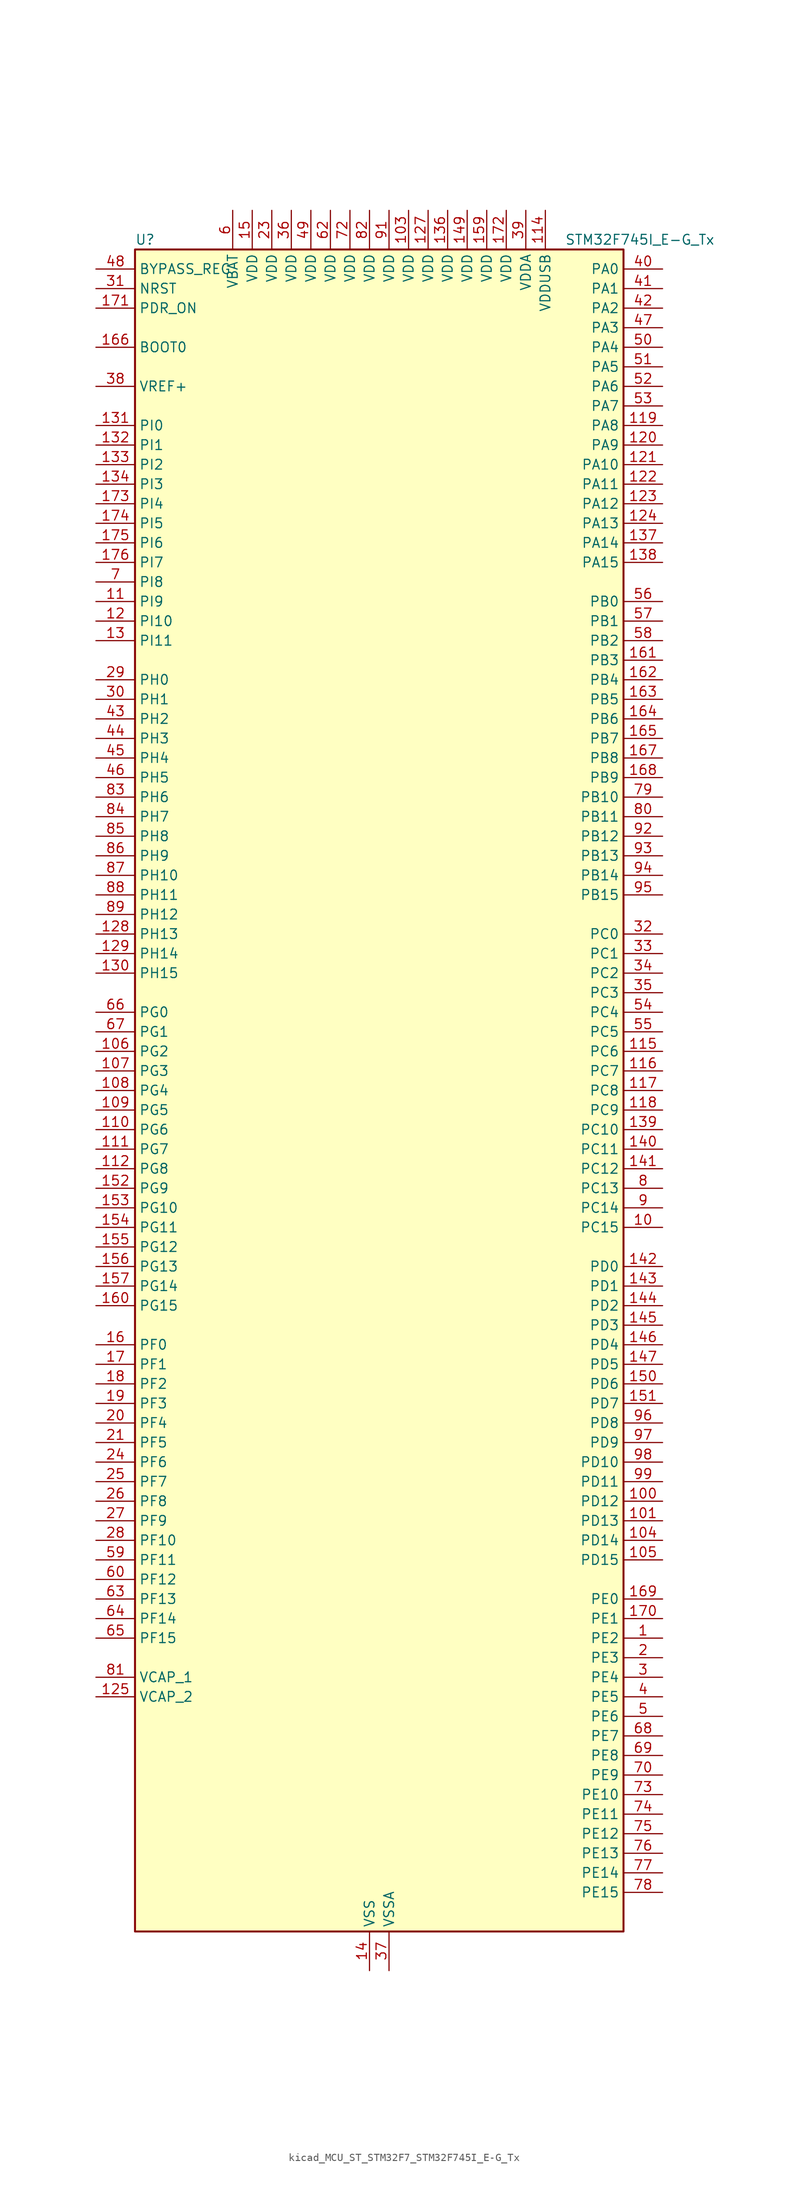
<source format=kicad_sym>
(kicad_symbol_lib
  (version 20220914)
  (generator kicad_symbol_editor)
  (symbol "kicad_MCU_ST_STM32F7_STM32F745I_E-G_Tx"
    (property "Reference" "U"
      (at -30.48 110.49 0)
      (effects (font (size 1.27 1.27)) (justify left)))
    (property "Value" "STM32F745I_E-G_Tx"
      (at 25.4 110.49 0)
      (effects (font (size 1.27 1.27)) (justify left)))
    (property "ki_locked" ""
      (at 0 0 0)
      (effects (font (size 1.27 1.27))))
    (symbol "kicad_MCU_ST_STM32F7_STM32F745I_E-G_Tx_0_1"
      (rectangle (start -30.48 -109.22) (end 33.02 109.22) (stroke (width 0.254) (type default)) (fill (type background))))
    (symbol "kicad_MCU_ST_STM32F7_STM32F745I_E-G_Tx_1_1"
      (pin bidirectional line (at 38.1 -71.12 180) (length 5.08) (name "PE2" (effects (font (size 1.27 1.27)))) (number "1" (effects (font (size 1.27 1.27)))) (alternate "ETH_TXD3" bidirectional line) (alternate "FMC_A23" bidirectional line) (alternate "QUADSPI_BK1_IO2" bidirectional line) (alternate "SAI1_MCLK_A" bidirectional line) (alternate "SPI4_SCK" bidirectional line) (alternate "SYS_TRACECLK" bidirectional line))
      (pin bidirectional line (at 38.1 -17.78 180) (length 5.08) (name "PC15" (effects (font (size 1.27 1.27)))) (number "10" (effects (font (size 1.27 1.27)))) (alternate "RCC_OSC32_OUT" bidirectional line))
      (pin bidirectional line (at 38.1 -53.34 180) (length 5.08) (name "PD12" (effects (font (size 1.27 1.27)))) (number "100" (effects (font (size 1.27 1.27)))) (alternate "FMC_A17" bidirectional line) (alternate "FMC_ALE" bidirectional line) (alternate "I2C4_SCL" bidirectional line) (alternate "LPTIM1_IN1" bidirectional line) (alternate "QUADSPI_BK1_IO1" bidirectional line) (alternate "SAI2_FS_A" bidirectional line) (alternate "TIM4_CH1" bidirectional line) (alternate "USART3_DE" bidirectional line) (alternate "USART3_RTS" bidirectional line))
      (pin bidirectional line (at 38.1 -55.88 180) (length 5.08) (name "PD13" (effects (font (size 1.27 1.27)))) (number "101" (effects (font (size 1.27 1.27)))) (alternate "FMC_A18" bidirectional line) (alternate "I2C4_SDA" bidirectional line) (alternate "LPTIM1_OUT" bidirectional line) (alternate "QUADSPI_BK1_IO3" bidirectional line) (alternate "SAI2_SCK_A" bidirectional line) (alternate "TIM4_CH2" bidirectional line))
      (pin passive line (at 0 -114.3 90) (length 5.08) hide (name "VSS" (effects (font (size 1.27 1.27)))) (number "102" (effects (font (size 1.27 1.27)))))
      (pin power_in line (at 5.08 114.3 270) (length 5.08) (name "VDD" (effects (font (size 1.27 1.27)))) (number "103" (effects (font (size 1.27 1.27)))))
      (pin bidirectional line (at 38.1 -58.42 180) (length 5.08) (name "PD14" (effects (font (size 1.27 1.27)))) (number "104" (effects (font (size 1.27 1.27)))) (alternate "FMC_D0" bidirectional line) (alternate "FMC_DA0" bidirectional line) (alternate "TIM4_CH3" bidirectional line) (alternate "UART8_CTS" bidirectional line))
      (pin bidirectional line (at 38.1 -60.96 180) (length 5.08) (name "PD15" (effects (font (size 1.27 1.27)))) (number "105" (effects (font (size 1.27 1.27)))) (alternate "FMC_D1" bidirectional line) (alternate "FMC_DA1" bidirectional line) (alternate "TIM4_CH4" bidirectional line) (alternate "UART8_DE" bidirectional line) (alternate "UART8_RTS" bidirectional line))
      (pin bidirectional line (at -35.56 5.08 0) (length 5.08) (name "PG2" (effects (font (size 1.27 1.27)))) (number "106" (effects (font (size 1.27 1.27)))) (alternate "FMC_A12" bidirectional line))
      (pin bidirectional line (at -35.56 2.54 0) (length 5.08) (name "PG3" (effects (font (size 1.27 1.27)))) (number "107" (effects (font (size 1.27 1.27)))) (alternate "FMC_A13" bidirectional line))
      (pin bidirectional line (at -35.56 0 0) (length 5.08) (name "PG4" (effects (font (size 1.27 1.27)))) (number "108" (effects (font (size 1.27 1.27)))) (alternate "FMC_A14" bidirectional line) (alternate "FMC_BA0" bidirectional line))
      (pin bidirectional line (at -35.56 -2.54 0) (length 5.08) (name "PG5" (effects (font (size 1.27 1.27)))) (number "109" (effects (font (size 1.27 1.27)))) (alternate "FMC_A15" bidirectional line) (alternate "FMC_BA1" bidirectional line))
      (pin bidirectional line (at -35.56 63.5 0) (length 5.08) (name "PI9" (effects (font (size 1.27 1.27)))) (number "11" (effects (font (size 1.27 1.27)))) (alternate "CAN1_RX" bidirectional line) (alternate "DAC_EXTI9" bidirectional line) (alternate "FMC_D30" bidirectional line))
      (pin bidirectional line (at -35.56 -5.08 0) (length 5.08) (name "PG6" (effects (font (size 1.27 1.27)))) (number "110" (effects (font (size 1.27 1.27)))) (alternate "DCMI_D12" bidirectional line))
      (pin bidirectional line (at -35.56 -7.62 0) (length 5.08) (name "PG7" (effects (font (size 1.27 1.27)))) (number "111" (effects (font (size 1.27 1.27)))) (alternate "DCMI_D13" bidirectional line) (alternate "FMC_INT" bidirectional line) (alternate "USART6_CK" bidirectional line))
      (pin bidirectional line (at -35.56 -10.16 0) (length 5.08) (name "PG8" (effects (font (size 1.27 1.27)))) (number "112" (effects (font (size 1.27 1.27)))) (alternate "ETH_PPS_OUT" bidirectional line) (alternate "FMC_SDCLK" bidirectional line) (alternate "SPDIFRX_IN2" bidirectional line) (alternate "SPI6_NSS" bidirectional line) (alternate "USART6_DE" bidirectional line) (alternate "USART6_RTS" bidirectional line))
      (pin passive line (at 0 -114.3 90) (length 5.08) hide (name "VSS" (effects (font (size 1.27 1.27)))) (number "113" (effects (font (size 1.27 1.27)))))
      (pin power_in line (at 22.86 114.3 270) (length 5.08) (name "VDDUSB" (effects (font (size 1.27 1.27)))) (number "114" (effects (font (size 1.27 1.27)))))
      (pin bidirectional line (at 38.1 5.08 180) (length 5.08) (name "PC6" (effects (font (size 1.27 1.27)))) (number "115" (effects (font (size 1.27 1.27)))) (alternate "DCMI_D0" bidirectional line) (alternate "I2S2_MCK" bidirectional line) (alternate "SDMMC1_D6" bidirectional line) (alternate "TIM3_CH1" bidirectional line) (alternate "TIM8_CH1" bidirectional line) (alternate "USART6_TX" bidirectional line))
      (pin bidirectional line (at 38.1 2.54 180) (length 5.08) (name "PC7" (effects (font (size 1.27 1.27)))) (number "116" (effects (font (size 1.27 1.27)))) (alternate "DCMI_D1" bidirectional line) (alternate "I2S3_MCK" bidirectional line) (alternate "SDMMC1_D7" bidirectional line) (alternate "TIM3_CH2" bidirectional line) (alternate "TIM8_CH2" bidirectional line) (alternate "USART6_RX" bidirectional line))
      (pin bidirectional line (at 38.1 0 180) (length 5.08) (name "PC8" (effects (font (size 1.27 1.27)))) (number "117" (effects (font (size 1.27 1.27)))) (alternate "DCMI_D2" bidirectional line) (alternate "SDMMC1_D0" bidirectional line) (alternate "SYS_TRACED1" bidirectional line) (alternate "TIM3_CH3" bidirectional line) (alternate "TIM8_CH3" bidirectional line) (alternate "UART5_DE" bidirectional line) (alternate "UART5_RTS" bidirectional line) (alternate "USART6_CK" bidirectional line))
      (pin bidirectional line (at 38.1 -2.54 180) (length 5.08) (name "PC9" (effects (font (size 1.27 1.27)))) (number "118" (effects (font (size 1.27 1.27)))) (alternate "DAC_EXTI9" bidirectional line) (alternate "DCMI_D3" bidirectional line) (alternate "I2C3_SDA" bidirectional line) (alternate "I2S_CKIN" bidirectional line) (alternate "QUADSPI_BK1_IO0" bidirectional line) (alternate "RCC_MCO_2" bidirectional line) (alternate "SDMMC1_D1" bidirectional line) (alternate "TIM3_CH4" bidirectional line) (alternate "TIM8_CH4" bidirectional line) (alternate "UART5_CTS" bidirectional line))
      (pin bidirectional line (at 38.1 86.36 180) (length 5.08) (name "PA8" (effects (font (size 1.27 1.27)))) (number "119" (effects (font (size 1.27 1.27)))) (alternate "I2C3_SCL" bidirectional line) (alternate "RCC_MCO_1" bidirectional line) (alternate "TIM1_CH1" bidirectional line) (alternate "TIM8_BKIN2" bidirectional line) (alternate "USART1_CK" bidirectional line) (alternate "USB_OTG_FS_SOF" bidirectional line))
      (pin bidirectional line (at -35.56 60.96 0) (length 5.08) (name "PI10" (effects (font (size 1.27 1.27)))) (number "12" (effects (font (size 1.27 1.27)))) (alternate "ETH_RX_ER" bidirectional line) (alternate "FMC_D31" bidirectional line))
      (pin bidirectional line (at 38.1 83.82 180) (length 5.08) (name "PA9" (effects (font (size 1.27 1.27)))) (number "120" (effects (font (size 1.27 1.27)))) (alternate "DAC_EXTI9" bidirectional line) (alternate "DCMI_D0" bidirectional line) (alternate "I2C3_SMBA" bidirectional line) (alternate "I2S2_CK" bidirectional line) (alternate "SPI2_SCK" bidirectional line) (alternate "TIM1_CH2" bidirectional line) (alternate "USART1_TX" bidirectional line) (alternate "USB_OTG_FS_VBUS" bidirectional line))
      (pin bidirectional line (at 38.1 81.28 180) (length 5.08) (name "PA10" (effects (font (size 1.27 1.27)))) (number "121" (effects (font (size 1.27 1.27)))) (alternate "DCMI_D1" bidirectional line) (alternate "TIM1_CH3" bidirectional line) (alternate "USART1_RX" bidirectional line) (alternate "USB_OTG_FS_ID" bidirectional line))
      (pin bidirectional line (at 38.1 78.74 180) (length 5.08) (name "PA11" (effects (font (size 1.27 1.27)))) (number "122" (effects (font (size 1.27 1.27)))) (alternate "ADC1_EXTI11" bidirectional line) (alternate "ADC2_EXTI11" bidirectional line) (alternate "ADC3_EXTI11" bidirectional line) (alternate "CAN1_RX" bidirectional line) (alternate "TIM1_CH4" bidirectional line) (alternate "USART1_CTS" bidirectional line) (alternate "USB_OTG_FS_DM" bidirectional line))
      (pin bidirectional line (at 38.1 76.2 180) (length 5.08) (name "PA12" (effects (font (size 1.27 1.27)))) (number "123" (effects (font (size 1.27 1.27)))) (alternate "CAN1_TX" bidirectional line) (alternate "SAI2_FS_B" bidirectional line) (alternate "TIM1_ETR" bidirectional line) (alternate "USART1_DE" bidirectional line) (alternate "USART1_RTS" bidirectional line) (alternate "USB_OTG_FS_DP" bidirectional line))
      (pin bidirectional line (at 38.1 73.66 180) (length 5.08) (name "PA13" (effects (font (size 1.27 1.27)))) (number "124" (effects (font (size 1.27 1.27)))) (alternate "SYS_JTMS-SWDIO" bidirectional line))
      (pin power_out line (at -35.56 -78.74 0) (length 5.08) (name "VCAP_2" (effects (font (size 1.27 1.27)))) (number "125" (effects (font (size 1.27 1.27)))))
      (pin passive line (at 0 -114.3 90) (length 5.08) hide (name "VSS" (effects (font (size 1.27 1.27)))) (number "126" (effects (font (size 1.27 1.27)))))
      (pin power_in line (at 7.62 114.3 270) (length 5.08) (name "VDD" (effects (font (size 1.27 1.27)))) (number "127" (effects (font (size 1.27 1.27)))))
      (pin bidirectional line (at -35.56 20.32 0) (length 5.08) (name "PH13" (effects (font (size 1.27 1.27)))) (number "128" (effects (font (size 1.27 1.27)))) (alternate "CAN1_TX" bidirectional line) (alternate "FMC_D21" bidirectional line) (alternate "TIM8_CH1N" bidirectional line))
      (pin bidirectional line (at -35.56 17.78 0) (length 5.08) (name "PH14" (effects (font (size 1.27 1.27)))) (number "129" (effects (font (size 1.27 1.27)))) (alternate "DCMI_D4" bidirectional line) (alternate "FMC_D22" bidirectional line) (alternate "TIM8_CH2N" bidirectional line))
      (pin bidirectional line (at -35.56 58.42 0) (length 5.08) (name "PI11" (effects (font (size 1.27 1.27)))) (number "13" (effects (font (size 1.27 1.27)))) (alternate "ADC1_EXTI11" bidirectional line) (alternate "ADC2_EXTI11" bidirectional line) (alternate "ADC3_EXTI11" bidirectional line) (alternate "SYS_WKUP6" bidirectional line) (alternate "USB_OTG_HS_ULPI_DIR" bidirectional line))
      (pin bidirectional line (at -35.56 15.24 0) (length 5.08) (name "PH15" (effects (font (size 1.27 1.27)))) (number "130" (effects (font (size 1.27 1.27)))) (alternate "DCMI_D11" bidirectional line) (alternate "FMC_D23" bidirectional line) (alternate "TIM8_CH3N" bidirectional line))
      (pin bidirectional line (at -35.56 86.36 0) (length 5.08) (name "PI0" (effects (font (size 1.27 1.27)))) (number "131" (effects (font (size 1.27 1.27)))) (alternate "DCMI_D13" bidirectional line) (alternate "FMC_D24" bidirectional line) (alternate "I2S2_WS" bidirectional line) (alternate "SPI2_NSS" bidirectional line) (alternate "TIM5_CH4" bidirectional line))
      (pin bidirectional line (at -35.56 83.82 0) (length 5.08) (name "PI1" (effects (font (size 1.27 1.27)))) (number "132" (effects (font (size 1.27 1.27)))) (alternate "DCMI_D8" bidirectional line) (alternate "FMC_D25" bidirectional line) (alternate "I2S2_CK" bidirectional line) (alternate "SPI2_SCK" bidirectional line) (alternate "TIM8_BKIN2" bidirectional line))
      (pin bidirectional line (at -35.56 81.28 0) (length 5.08) (name "PI2" (effects (font (size 1.27 1.27)))) (number "133" (effects (font (size 1.27 1.27)))) (alternate "DCMI_D9" bidirectional line) (alternate "FMC_D26" bidirectional line) (alternate "SPI2_MISO" bidirectional line) (alternate "TIM8_CH4" bidirectional line))
      (pin bidirectional line (at -35.56 78.74 0) (length 5.08) (name "PI3" (effects (font (size 1.27 1.27)))) (number "134" (effects (font (size 1.27 1.27)))) (alternate "DCMI_D10" bidirectional line) (alternate "FMC_D27" bidirectional line) (alternate "I2S2_SD" bidirectional line) (alternate "SPI2_MOSI" bidirectional line) (alternate "TIM8_ETR" bidirectional line))
      (pin passive line (at 0 -114.3 90) (length 5.08) hide (name "VSS" (effects (font (size 1.27 1.27)))) (number "135" (effects (font (size 1.27 1.27)))))
      (pin power_in line (at 10.16 114.3 270) (length 5.08) (name "VDD" (effects (font (size 1.27 1.27)))) (number "136" (effects (font (size 1.27 1.27)))))
      (pin bidirectional line (at 38.1 71.12 180) (length 5.08) (name "PA14" (effects (font (size 1.27 1.27)))) (number "137" (effects (font (size 1.27 1.27)))) (alternate "SYS_JTCK-SWCLK" bidirectional line))
      (pin bidirectional line (at 38.1 68.58 180) (length 5.08) (name "PA15" (effects (font (size 1.27 1.27)))) (number "138" (effects (font (size 1.27 1.27)))) (alternate "CEC" bidirectional line) (alternate "I2S1_WS" bidirectional line) (alternate "I2S3_WS" bidirectional line) (alternate "SPI1_NSS" bidirectional line) (alternate "SPI3_NSS" bidirectional line) (alternate "SYS_JTDI" bidirectional line) (alternate "TIM2_CH1" bidirectional line) (alternate "TIM2_ETR" bidirectional line) (alternate "UART4_DE" bidirectional line) (alternate "UART4_RTS" bidirectional line))
      (pin bidirectional line (at 38.1 -5.08 180) (length 5.08) (name "PC10" (effects (font (size 1.27 1.27)))) (number "139" (effects (font (size 1.27 1.27)))) (alternate "DCMI_D8" bidirectional line) (alternate "I2S3_CK" bidirectional line) (alternate "QUADSPI_BK1_IO1" bidirectional line) (alternate "SDMMC1_D2" bidirectional line) (alternate "SPI3_SCK" bidirectional line) (alternate "UART4_TX" bidirectional line) (alternate "USART3_TX" bidirectional line))
      (pin power_in line (at 0 -114.3 90) (length 5.08) (name "VSS" (effects (font (size 1.27 1.27)))) (number "14" (effects (font (size 1.27 1.27)))))
      (pin bidirectional line (at 38.1 -7.62 180) (length 5.08) (name "PC11" (effects (font (size 1.27 1.27)))) (number "140" (effects (font (size 1.27 1.27)))) (alternate "ADC1_EXTI11" bidirectional line) (alternate "ADC2_EXTI11" bidirectional line) (alternate "ADC3_EXTI11" bidirectional line) (alternate "DCMI_D4" bidirectional line) (alternate "QUADSPI_BK2_NCS" bidirectional line) (alternate "SDMMC1_D3" bidirectional line) (alternate "SPI3_MISO" bidirectional line) (alternate "UART4_RX" bidirectional line) (alternate "USART3_RX" bidirectional line))
      (pin bidirectional line (at 38.1 -10.16 180) (length 5.08) (name "PC12" (effects (font (size 1.27 1.27)))) (number "141" (effects (font (size 1.27 1.27)))) (alternate "DCMI_D9" bidirectional line) (alternate "I2S3_SD" bidirectional line) (alternate "SDMMC1_CK" bidirectional line) (alternate "SPI3_MOSI" bidirectional line) (alternate "SYS_TRACED3" bidirectional line) (alternate "UART5_TX" bidirectional line) (alternate "USART3_CK" bidirectional line))
      (pin bidirectional line (at 38.1 -22.86 180) (length 5.08) (name "PD0" (effects (font (size 1.27 1.27)))) (number "142" (effects (font (size 1.27 1.27)))) (alternate "CAN1_RX" bidirectional line) (alternate "FMC_D2" bidirectional line) (alternate "FMC_DA2" bidirectional line))
      (pin bidirectional line (at 38.1 -25.4 180) (length 5.08) (name "PD1" (effects (font (size 1.27 1.27)))) (number "143" (effects (font (size 1.27 1.27)))) (alternate "CAN1_TX" bidirectional line) (alternate "FMC_D3" bidirectional line) (alternate "FMC_DA3" bidirectional line))
      (pin bidirectional line (at 38.1 -27.94 180) (length 5.08) (name "PD2" (effects (font (size 1.27 1.27)))) (number "144" (effects (font (size 1.27 1.27)))) (alternate "DCMI_D11" bidirectional line) (alternate "SDMMC1_CMD" bidirectional line) (alternate "SYS_TRACED2" bidirectional line) (alternate "TIM3_ETR" bidirectional line) (alternate "UART5_RX" bidirectional line))
      (pin bidirectional line (at 38.1 -30.48 180) (length 5.08) (name "PD3" (effects (font (size 1.27 1.27)))) (number "145" (effects (font (size 1.27 1.27)))) (alternate "DCMI_D5" bidirectional line) (alternate "FMC_CLK" bidirectional line) (alternate "I2S2_CK" bidirectional line) (alternate "SPI2_SCK" bidirectional line) (alternate "USART2_CTS" bidirectional line))
      (pin bidirectional line (at 38.1 -33.02 180) (length 5.08) (name "PD4" (effects (font (size 1.27 1.27)))) (number "146" (effects (font (size 1.27 1.27)))) (alternate "FMC_NOE" bidirectional line) (alternate "USART2_DE" bidirectional line) (alternate "USART2_RTS" bidirectional line))
      (pin bidirectional line (at 38.1 -35.56 180) (length 5.08) (name "PD5" (effects (font (size 1.27 1.27)))) (number "147" (effects (font (size 1.27 1.27)))) (alternate "FMC_NWE" bidirectional line) (alternate "USART2_TX" bidirectional line))
      (pin passive line (at 0 -114.3 90) (length 5.08) hide (name "VSS" (effects (font (size 1.27 1.27)))) (number "148" (effects (font (size 1.27 1.27)))))
      (pin power_in line (at 12.7 114.3 270) (length 5.08) (name "VDD" (effects (font (size 1.27 1.27)))) (number "149" (effects (font (size 1.27 1.27)))))
      (pin power_in line (at -15.24 114.3 270) (length 5.08) (name "VDD" (effects (font (size 1.27 1.27)))) (number "15" (effects (font (size 1.27 1.27)))))
      (pin bidirectional line (at 38.1 -38.1 180) (length 5.08) (name "PD6" (effects (font (size 1.27 1.27)))) (number "150" (effects (font (size 1.27 1.27)))) (alternate "DCMI_D10" bidirectional line) (alternate "FMC_NWAIT" bidirectional line) (alternate "I2S3_SD" bidirectional line) (alternate "SAI1_SD_A" bidirectional line) (alternate "SPI3_MOSI" bidirectional line) (alternate "USART2_RX" bidirectional line))
      (pin bidirectional line (at 38.1 -40.64 180) (length 5.08) (name "PD7" (effects (font (size 1.27 1.27)))) (number "151" (effects (font (size 1.27 1.27)))) (alternate "FMC_NE1" bidirectional line) (alternate "SPDIFRX_IN0" bidirectional line) (alternate "USART2_CK" bidirectional line))
      (pin bidirectional line (at -35.56 -12.7 0) (length 5.08) (name "PG9" (effects (font (size 1.27 1.27)))) (number "152" (effects (font (size 1.27 1.27)))) (alternate "DAC_EXTI9" bidirectional line) (alternate "DCMI_VSYNC" bidirectional line) (alternate "FMC_NCE" bidirectional line) (alternate "FMC_NE2" bidirectional line) (alternate "QUADSPI_BK2_IO2" bidirectional line) (alternate "SAI2_FS_B" bidirectional line) (alternate "SPDIFRX_IN3" bidirectional line) (alternate "USART6_RX" bidirectional line))
      (pin bidirectional line (at -35.56 -15.24 0) (length 5.08) (name "PG10" (effects (font (size 1.27 1.27)))) (number "153" (effects (font (size 1.27 1.27)))) (alternate "DCMI_D2" bidirectional line) (alternate "FMC_NE3" bidirectional line) (alternate "SAI2_SD_B" bidirectional line))
      (pin bidirectional line (at -35.56 -17.78 0) (length 5.08) (name "PG11" (effects (font (size 1.27 1.27)))) (number "154" (effects (font (size 1.27 1.27)))) (alternate "ADC1_EXTI11" bidirectional line) (alternate "ADC2_EXTI11" bidirectional line) (alternate "ADC3_EXTI11" bidirectional line) (alternate "DCMI_D3" bidirectional line) (alternate "ETH_TX_EN" bidirectional line) (alternate "SPDIFRX_IN0" bidirectional line))
      (pin bidirectional line (at -35.56 -20.32 0) (length 5.08) (name "PG12" (effects (font (size 1.27 1.27)))) (number "155" (effects (font (size 1.27 1.27)))) (alternate "FMC_NE4" bidirectional line) (alternate "LPTIM1_IN1" bidirectional line) (alternate "SPDIFRX_IN1" bidirectional line) (alternate "SPI6_MISO" bidirectional line) (alternate "USART6_DE" bidirectional line) (alternate "USART6_RTS" bidirectional line))
      (pin bidirectional line (at -35.56 -22.86 0) (length 5.08) (name "PG13" (effects (font (size 1.27 1.27)))) (number "156" (effects (font (size 1.27 1.27)))) (alternate "ETH_TXD0" bidirectional line) (alternate "FMC_A24" bidirectional line) (alternate "LPTIM1_OUT" bidirectional line) (alternate "SPI6_SCK" bidirectional line) (alternate "SYS_TRACED0" bidirectional line) (alternate "USART6_CTS" bidirectional line))
      (pin bidirectional line (at -35.56 -25.4 0) (length 5.08) (name "PG14" (effects (font (size 1.27 1.27)))) (number "157" (effects (font (size 1.27 1.27)))) (alternate "ETH_TXD1" bidirectional line) (alternate "FMC_A25" bidirectional line) (alternate "LPTIM1_ETR" bidirectional line) (alternate "QUADSPI_BK2_IO3" bidirectional line) (alternate "SPI6_MOSI" bidirectional line) (alternate "SYS_TRACED1" bidirectional line) (alternate "USART6_TX" bidirectional line))
      (pin passive line (at 0 -114.3 90) (length 5.08) hide (name "VSS" (effects (font (size 1.27 1.27)))) (number "158" (effects (font (size 1.27 1.27)))))
      (pin power_in line (at 15.24 114.3 270) (length 5.08) (name "VDD" (effects (font (size 1.27 1.27)))) (number "159" (effects (font (size 1.27 1.27)))))
      (pin bidirectional line (at -35.56 -33.02 0) (length 5.08) (name "PF0" (effects (font (size 1.27 1.27)))) (number "16" (effects (font (size 1.27 1.27)))) (alternate "FMC_A0" bidirectional line) (alternate "I2C2_SDA" bidirectional line))
      (pin bidirectional line (at -35.56 -27.94 0) (length 5.08) (name "PG15" (effects (font (size 1.27 1.27)))) (number "160" (effects (font (size 1.27 1.27)))) (alternate "DCMI_D13" bidirectional line) (alternate "FMC_SDNCAS" bidirectional line) (alternate "USART6_CTS" bidirectional line))
      (pin bidirectional line (at 38.1 55.88 180) (length 5.08) (name "PB3" (effects (font (size 1.27 1.27)))) (number "161" (effects (font (size 1.27 1.27)))) (alternate "I2S1_CK" bidirectional line) (alternate "I2S3_CK" bidirectional line) (alternate "SPI1_SCK" bidirectional line) (alternate "SPI3_SCK" bidirectional line) (alternate "SYS_JTDO-SWO" bidirectional line) (alternate "TIM2_CH2" bidirectional line))
      (pin bidirectional line (at 38.1 53.34 180) (length 5.08) (name "PB4" (effects (font (size 1.27 1.27)))) (number "162" (effects (font (size 1.27 1.27)))) (alternate "I2S2_WS" bidirectional line) (alternate "SPI1_MISO" bidirectional line) (alternate "SPI2_NSS" bidirectional line) (alternate "SPI3_MISO" bidirectional line) (alternate "SYS_JTRST" bidirectional line) (alternate "TIM3_CH1" bidirectional line))
      (pin bidirectional line (at 38.1 50.8 180) (length 5.08) (name "PB5" (effects (font (size 1.27 1.27)))) (number "163" (effects (font (size 1.27 1.27)))) (alternate "CAN2_RX" bidirectional line) (alternate "DCMI_D10" bidirectional line) (alternate "ETH_PPS_OUT" bidirectional line) (alternate "FMC_SDCKE1" bidirectional line) (alternate "I2C1_SMBA" bidirectional line) (alternate "I2S1_SD" bidirectional line) (alternate "I2S3_SD" bidirectional line) (alternate "SPI1_MOSI" bidirectional line) (alternate "SPI3_MOSI" bidirectional line) (alternate "TIM3_CH2" bidirectional line) (alternate "USB_OTG_HS_ULPI_D7" bidirectional line))
      (pin bidirectional line (at 38.1 48.26 180) (length 5.08) (name "PB6" (effects (font (size 1.27 1.27)))) (number "164" (effects (font (size 1.27 1.27)))) (alternate "CAN2_TX" bidirectional line) (alternate "CEC" bidirectional line) (alternate "DCMI_D5" bidirectional line) (alternate "FMC_SDNE1" bidirectional line) (alternate "I2C1_SCL" bidirectional line) (alternate "QUADSPI_BK1_NCS" bidirectional line) (alternate "TIM4_CH1" bidirectional line) (alternate "USART1_TX" bidirectional line))
      (pin bidirectional line (at 38.1 45.72 180) (length 5.08) (name "PB7" (effects (font (size 1.27 1.27)))) (number "165" (effects (font (size 1.27 1.27)))) (alternate "DCMI_VSYNC" bidirectional line) (alternate "FMC_NL" bidirectional line) (alternate "I2C1_SDA" bidirectional line) (alternate "TIM4_CH2" bidirectional line) (alternate "USART1_RX" bidirectional line))
      (pin input line (at -35.56 96.52 0) (length 5.08) (name "BOOT0" (effects (font (size 1.27 1.27)))) (number "166" (effects (font (size 1.27 1.27)))))
      (pin bidirectional line (at 38.1 43.18 180) (length 5.08) (name "PB8" (effects (font (size 1.27 1.27)))) (number "167" (effects (font (size 1.27 1.27)))) (alternate "CAN1_RX" bidirectional line) (alternate "DCMI_D6" bidirectional line) (alternate "ETH_TXD3" bidirectional line) (alternate "I2C1_SCL" bidirectional line) (alternate "SDMMC1_D4" bidirectional line) (alternate "TIM10_CH1" bidirectional line) (alternate "TIM4_CH3" bidirectional line))
      (pin bidirectional line (at 38.1 40.64 180) (length 5.08) (name "PB9" (effects (font (size 1.27 1.27)))) (number "168" (effects (font (size 1.27 1.27)))) (alternate "CAN1_TX" bidirectional line) (alternate "DAC_EXTI9" bidirectional line) (alternate "DCMI_D7" bidirectional line) (alternate "I2C1_SDA" bidirectional line) (alternate "I2S2_WS" bidirectional line) (alternate "SDMMC1_D5" bidirectional line) (alternate "SPI2_NSS" bidirectional line) (alternate "TIM11_CH1" bidirectional line) (alternate "TIM4_CH4" bidirectional line))
      (pin bidirectional line (at 38.1 -66.04 180) (length 5.08) (name "PE0" (effects (font (size 1.27 1.27)))) (number "169" (effects (font (size 1.27 1.27)))) (alternate "DCMI_D2" bidirectional line) (alternate "FMC_NBL0" bidirectional line) (alternate "LPTIM1_ETR" bidirectional line) (alternate "SAI2_MCLK_A" bidirectional line) (alternate "TIM4_ETR" bidirectional line) (alternate "UART8_RX" bidirectional line))
      (pin bidirectional line (at -35.56 -35.56 0) (length 5.08) (name "PF1" (effects (font (size 1.27 1.27)))) (number "17" (effects (font (size 1.27 1.27)))) (alternate "FMC_A1" bidirectional line) (alternate "I2C2_SCL" bidirectional line))
      (pin bidirectional line (at 38.1 -68.58 180) (length 5.08) (name "PE1" (effects (font (size 1.27 1.27)))) (number "170" (effects (font (size 1.27 1.27)))) (alternate "DCMI_D3" bidirectional line) (alternate "FMC_NBL1" bidirectional line) (alternate "LPTIM1_IN2" bidirectional line) (alternate "UART8_TX" bidirectional line))
      (pin input line (at -35.56 101.6 0) (length 5.08) (name "PDR_ON" (effects (font (size 1.27 1.27)))) (number "171" (effects (font (size 1.27 1.27)))))
      (pin power_in line (at 17.78 114.3 270) (length 5.08) (name "VDD" (effects (font (size 1.27 1.27)))) (number "172" (effects (font (size 1.27 1.27)))))
      (pin bidirectional line (at -35.56 76.2 0) (length 5.08) (name "PI4" (effects (font (size 1.27 1.27)))) (number "173" (effects (font (size 1.27 1.27)))) (alternate "DCMI_D5" bidirectional line) (alternate "FMC_NBL2" bidirectional line) (alternate "SAI2_MCLK_A" bidirectional line) (alternate "TIM8_BKIN" bidirectional line))
      (pin bidirectional line (at -35.56 73.66 0) (length 5.08) (name "PI5" (effects (font (size 1.27 1.27)))) (number "174" (effects (font (size 1.27 1.27)))) (alternate "DCMI_VSYNC" bidirectional line) (alternate "FMC_NBL3" bidirectional line) (alternate "SAI2_SCK_A" bidirectional line) (alternate "TIM8_CH1" bidirectional line))
      (pin bidirectional line (at -35.56 71.12 0) (length 5.08) (name "PI6" (effects (font (size 1.27 1.27)))) (number "175" (effects (font (size 1.27 1.27)))) (alternate "DCMI_D6" bidirectional line) (alternate "FMC_D28" bidirectional line) (alternate "SAI2_SD_A" bidirectional line) (alternate "TIM8_CH2" bidirectional line))
      (pin bidirectional line (at -35.56 68.58 0) (length 5.08) (name "PI7" (effects (font (size 1.27 1.27)))) (number "176" (effects (font (size 1.27 1.27)))) (alternate "DCMI_D7" bidirectional line) (alternate "FMC_D29" bidirectional line) (alternate "SAI2_FS_A" bidirectional line) (alternate "TIM8_CH3" bidirectional line))
      (pin bidirectional line (at -35.56 -38.1 0) (length 5.08) (name "PF2" (effects (font (size 1.27 1.27)))) (number "18" (effects (font (size 1.27 1.27)))) (alternate "FMC_A2" bidirectional line) (alternate "I2C2_SMBA" bidirectional line))
      (pin bidirectional line (at -35.56 -40.64 0) (length 5.08) (name "PF3" (effects (font (size 1.27 1.27)))) (number "19" (effects (font (size 1.27 1.27)))) (alternate "ADC3_IN9" bidirectional line) (alternate "FMC_A3" bidirectional line))
      (pin bidirectional line (at 38.1 -73.66 180) (length 5.08) (name "PE3" (effects (font (size 1.27 1.27)))) (number "2" (effects (font (size 1.27 1.27)))) (alternate "FMC_A19" bidirectional line) (alternate "SAI1_SD_B" bidirectional line) (alternate "SYS_TRACED0" bidirectional line))
      (pin bidirectional line (at -35.56 -43.18 0) (length 5.08) (name "PF4" (effects (font (size 1.27 1.27)))) (number "20" (effects (font (size 1.27 1.27)))) (alternate "ADC3_IN14" bidirectional line) (alternate "FMC_A4" bidirectional line))
      (pin bidirectional line (at -35.56 -45.72 0) (length 5.08) (name "PF5" (effects (font (size 1.27 1.27)))) (number "21" (effects (font (size 1.27 1.27)))) (alternate "ADC3_IN15" bidirectional line) (alternate "FMC_A5" bidirectional line))
      (pin passive line (at 0 -114.3 90) (length 5.08) hide (name "VSS" (effects (font (size 1.27 1.27)))) (number "22" (effects (font (size 1.27 1.27)))))
      (pin power_in line (at -12.7 114.3 270) (length 5.08) (name "VDD" (effects (font (size 1.27 1.27)))) (number "23" (effects (font (size 1.27 1.27)))))
      (pin bidirectional line (at -35.56 -48.26 0) (length 5.08) (name "PF6" (effects (font (size 1.27 1.27)))) (number "24" (effects (font (size 1.27 1.27)))) (alternate "ADC3_IN4" bidirectional line) (alternate "QUADSPI_BK1_IO3" bidirectional line) (alternate "SAI1_SD_B" bidirectional line) (alternate "SPI5_NSS" bidirectional line) (alternate "TIM10_CH1" bidirectional line) (alternate "UART7_RX" bidirectional line))
      (pin bidirectional line (at -35.56 -50.8 0) (length 5.08) (name "PF7" (effects (font (size 1.27 1.27)))) (number "25" (effects (font (size 1.27 1.27)))) (alternate "ADC3_IN5" bidirectional line) (alternate "QUADSPI_BK1_IO2" bidirectional line) (alternate "SAI1_MCLK_B" bidirectional line) (alternate "SPI5_SCK" bidirectional line) (alternate "TIM11_CH1" bidirectional line) (alternate "UART7_TX" bidirectional line))
      (pin bidirectional line (at -35.56 -53.34 0) (length 5.08) (name "PF8" (effects (font (size 1.27 1.27)))) (number "26" (effects (font (size 1.27 1.27)))) (alternate "ADC3_IN6" bidirectional line) (alternate "QUADSPI_BK1_IO0" bidirectional line) (alternate "SAI1_SCK_B" bidirectional line) (alternate "SPI5_MISO" bidirectional line) (alternate "TIM13_CH1" bidirectional line) (alternate "UART7_DE" bidirectional line) (alternate "UART7_RTS" bidirectional line))
      (pin bidirectional line (at -35.56 -55.88 0) (length 5.08) (name "PF9" (effects (font (size 1.27 1.27)))) (number "27" (effects (font (size 1.27 1.27)))) (alternate "ADC3_IN7" bidirectional line) (alternate "DAC_EXTI9" bidirectional line) (alternate "QUADSPI_BK1_IO1" bidirectional line) (alternate "SAI1_FS_B" bidirectional line) (alternate "SPI5_MOSI" bidirectional line) (alternate "TIM14_CH1" bidirectional line) (alternate "UART7_CTS" bidirectional line))
      (pin bidirectional line (at -35.56 -58.42 0) (length 5.08) (name "PF10" (effects (font (size 1.27 1.27)))) (number "28" (effects (font (size 1.27 1.27)))) (alternate "ADC3_IN8" bidirectional line) (alternate "DCMI_D11" bidirectional line))
      (pin bidirectional line (at -35.56 53.34 0) (length 5.08) (name "PH0" (effects (font (size 1.27 1.27)))) (number "29" (effects (font (size 1.27 1.27)))) (alternate "RCC_OSC_IN" bidirectional line))
      (pin bidirectional line (at 38.1 -76.2 180) (length 5.08) (name "PE4" (effects (font (size 1.27 1.27)))) (number "3" (effects (font (size 1.27 1.27)))) (alternate "DCMI_D4" bidirectional line) (alternate "FMC_A20" bidirectional line) (alternate "SAI1_FS_A" bidirectional line) (alternate "SPI4_NSS" bidirectional line) (alternate "SYS_TRACED1" bidirectional line))
      (pin bidirectional line (at -35.56 50.8 0) (length 5.08) (name "PH1" (effects (font (size 1.27 1.27)))) (number "30" (effects (font (size 1.27 1.27)))) (alternate "RCC_OSC_OUT" bidirectional line))
      (pin input line (at -35.56 104.14 0) (length 5.08) (name "NRST" (effects (font (size 1.27 1.27)))) (number "31" (effects (font (size 1.27 1.27)))))
      (pin bidirectional line (at 38.1 20.32 180) (length 5.08) (name "PC0" (effects (font (size 1.27 1.27)))) (number "32" (effects (font (size 1.27 1.27)))) (alternate "ADC1_IN10" bidirectional line) (alternate "ADC2_IN10" bidirectional line) (alternate "ADC3_IN10" bidirectional line) (alternate "FMC_SDNWE" bidirectional line) (alternate "SAI2_FS_B" bidirectional line) (alternate "USB_OTG_HS_ULPI_STP" bidirectional line))
      (pin bidirectional line (at 38.1 17.78 180) (length 5.08) (name "PC1" (effects (font (size 1.27 1.27)))) (number "33" (effects (font (size 1.27 1.27)))) (alternate "ADC1_IN11" bidirectional line) (alternate "ADC2_IN11" bidirectional line) (alternate "ADC3_IN11" bidirectional line) (alternate "ETH_MDC" bidirectional line) (alternate "I2S2_SD" bidirectional line) (alternate "RTC_TAMP3" bidirectional line) (alternate "RTC_TS" bidirectional line) (alternate "SAI1_SD_A" bidirectional line) (alternate "SPI2_MOSI" bidirectional line) (alternate "SYS_TRACED0" bidirectional line) (alternate "SYS_WKUP3" bidirectional line))
      (pin bidirectional line (at 38.1 15.24 180) (length 5.08) (name "PC2" (effects (font (size 1.27 1.27)))) (number "34" (effects (font (size 1.27 1.27)))) (alternate "ADC1_IN12" bidirectional line) (alternate "ADC2_IN12" bidirectional line) (alternate "ADC3_IN12" bidirectional line) (alternate "ETH_TXD2" bidirectional line) (alternate "FMC_SDNE0" bidirectional line) (alternate "SPI2_MISO" bidirectional line) (alternate "USB_OTG_HS_ULPI_DIR" bidirectional line))
      (pin bidirectional line (at 38.1 12.7 180) (length 5.08) (name "PC3" (effects (font (size 1.27 1.27)))) (number "35" (effects (font (size 1.27 1.27)))) (alternate "ADC1_IN13" bidirectional line) (alternate "ADC2_IN13" bidirectional line) (alternate "ADC3_IN13" bidirectional line) (alternate "ETH_TX_CLK" bidirectional line) (alternate "FMC_SDCKE0" bidirectional line) (alternate "I2S2_SD" bidirectional line) (alternate "SPI2_MOSI" bidirectional line) (alternate "USB_OTG_HS_ULPI_NXT" bidirectional line))
      (pin power_in line (at -10.16 114.3 270) (length 5.08) (name "VDD" (effects (font (size 1.27 1.27)))) (number "36" (effects (font (size 1.27 1.27)))))
      (pin power_in line (at 2.54 -114.3 90) (length 5.08) (name "VSSA" (effects (font (size 1.27 1.27)))) (number "37" (effects (font (size 1.27 1.27)))))
      (pin input line (at -35.56 91.44 0) (length 5.08) (name "VREF+" (effects (font (size 1.27 1.27)))) (number "38" (effects (font (size 1.27 1.27)))))
      (pin power_in line (at 20.32 114.3 270) (length 5.08) (name "VDDA" (effects (font (size 1.27 1.27)))) (number "39" (effects (font (size 1.27 1.27)))))
      (pin bidirectional line (at 38.1 -78.74 180) (length 5.08) (name "PE5" (effects (font (size 1.27 1.27)))) (number "4" (effects (font (size 1.27 1.27)))) (alternate "DCMI_D6" bidirectional line) (alternate "FMC_A21" bidirectional line) (alternate "SAI1_SCK_A" bidirectional line) (alternate "SPI4_MISO" bidirectional line) (alternate "SYS_TRACED2" bidirectional line) (alternate "TIM9_CH1" bidirectional line))
      (pin bidirectional line (at 38.1 106.68 180) (length 5.08) (name "PA0" (effects (font (size 1.27 1.27)))) (number "40" (effects (font (size 1.27 1.27)))) (alternate "ADC1_IN0" bidirectional line) (alternate "ADC2_IN0" bidirectional line) (alternate "ADC3_IN0" bidirectional line) (alternate "ETH_CRS" bidirectional line) (alternate "SAI2_SD_B" bidirectional line) (alternate "SYS_WKUP1" bidirectional line) (alternate "TIM2_CH1" bidirectional line) (alternate "TIM2_ETR" bidirectional line) (alternate "TIM5_CH1" bidirectional line) (alternate "TIM8_ETR" bidirectional line) (alternate "UART4_TX" bidirectional line) (alternate "USART2_CTS" bidirectional line))
      (pin bidirectional line (at 38.1 104.14 180) (length 5.08) (name "PA1" (effects (font (size 1.27 1.27)))) (number "41" (effects (font (size 1.27 1.27)))) (alternate "ADC1_IN1" bidirectional line) (alternate "ADC2_IN1" bidirectional line) (alternate "ADC3_IN1" bidirectional line) (alternate "ETH_REF_CLK" bidirectional line) (alternate "ETH_RX_CLK" bidirectional line) (alternate "QUADSPI_BK1_IO3" bidirectional line) (alternate "SAI2_MCLK_B" bidirectional line) (alternate "TIM2_CH2" bidirectional line) (alternate "TIM5_CH2" bidirectional line) (alternate "UART4_RX" bidirectional line) (alternate "USART2_DE" bidirectional line) (alternate "USART2_RTS" bidirectional line))
      (pin bidirectional line (at 38.1 101.6 180) (length 5.08) (name "PA2" (effects (font (size 1.27 1.27)))) (number "42" (effects (font (size 1.27 1.27)))) (alternate "ADC1_IN2" bidirectional line) (alternate "ADC2_IN2" bidirectional line) (alternate "ADC3_IN2" bidirectional line) (alternate "ETH_MDIO" bidirectional line) (alternate "SAI2_SCK_B" bidirectional line) (alternate "SYS_WKUP2" bidirectional line) (alternate "TIM2_CH3" bidirectional line) (alternate "TIM5_CH3" bidirectional line) (alternate "TIM9_CH1" bidirectional line) (alternate "USART2_TX" bidirectional line))
      (pin bidirectional line (at -35.56 48.26 0) (length 5.08) (name "PH2" (effects (font (size 1.27 1.27)))) (number "43" (effects (font (size 1.27 1.27)))) (alternate "ETH_CRS" bidirectional line) (alternate "FMC_SDCKE0" bidirectional line) (alternate "LPTIM1_IN2" bidirectional line) (alternate "QUADSPI_BK2_IO0" bidirectional line) (alternate "SAI2_SCK_B" bidirectional line))
      (pin bidirectional line (at -35.56 45.72 0) (length 5.08) (name "PH3" (effects (font (size 1.27 1.27)))) (number "44" (effects (font (size 1.27 1.27)))) (alternate "ETH_COL" bidirectional line) (alternate "FMC_SDNE0" bidirectional line) (alternate "QUADSPI_BK2_IO1" bidirectional line) (alternate "SAI2_MCLK_B" bidirectional line))
      (pin bidirectional line (at -35.56 43.18 0) (length 5.08) (name "PH4" (effects (font (size 1.27 1.27)))) (number "45" (effects (font (size 1.27 1.27)))) (alternate "I2C2_SCL" bidirectional line) (alternate "USB_OTG_HS_ULPI_NXT" bidirectional line))
      (pin bidirectional line (at -35.56 40.64 0) (length 5.08) (name "PH5" (effects (font (size 1.27 1.27)))) (number "46" (effects (font (size 1.27 1.27)))) (alternate "FMC_SDNWE" bidirectional line) (alternate "I2C2_SDA" bidirectional line) (alternate "SPI5_NSS" bidirectional line))
      (pin bidirectional line (at 38.1 99.06 180) (length 5.08) (name "PA3" (effects (font (size 1.27 1.27)))) (number "47" (effects (font (size 1.27 1.27)))) (alternate "ADC1_IN3" bidirectional line) (alternate "ADC2_IN3" bidirectional line) (alternate "ADC3_IN3" bidirectional line) (alternate "ETH_COL" bidirectional line) (alternate "TIM2_CH4" bidirectional line) (alternate "TIM5_CH4" bidirectional line) (alternate "TIM9_CH2" bidirectional line) (alternate "USART2_RX" bidirectional line) (alternate "USB_OTG_HS_ULPI_D0" bidirectional line))
      (pin input line (at -35.56 106.68 0) (length 5.08) (name "BYPASS_REG" (effects (font (size 1.27 1.27)))) (number "48" (effects (font (size 1.27 1.27)))))
      (pin power_in line (at -7.62 114.3 270) (length 5.08) (name "VDD" (effects (font (size 1.27 1.27)))) (number "49" (effects (font (size 1.27 1.27)))))
      (pin bidirectional line (at 38.1 -81.28 180) (length 5.08) (name "PE6" (effects (font (size 1.27 1.27)))) (number "5" (effects (font (size 1.27 1.27)))) (alternate "DCMI_D7" bidirectional line) (alternate "FMC_A22" bidirectional line) (alternate "SAI1_SD_A" bidirectional line) (alternate "SAI2_MCLK_B" bidirectional line) (alternate "SPI4_MOSI" bidirectional line) (alternate "SYS_TRACED3" bidirectional line) (alternate "TIM1_BKIN2" bidirectional line) (alternate "TIM9_CH2" bidirectional line))
      (pin bidirectional line (at 38.1 96.52 180) (length 5.08) (name "PA4" (effects (font (size 1.27 1.27)))) (number "50" (effects (font (size 1.27 1.27)))) (alternate "ADC1_IN4" bidirectional line) (alternate "ADC2_IN4" bidirectional line) (alternate "DAC_OUT1" bidirectional line) (alternate "DCMI_HSYNC" bidirectional line) (alternate "I2S1_WS" bidirectional line) (alternate "I2S3_WS" bidirectional line) (alternate "SPI1_NSS" bidirectional line) (alternate "SPI3_NSS" bidirectional line) (alternate "USART2_CK" bidirectional line) (alternate "USB_OTG_HS_SOF" bidirectional line))
      (pin bidirectional line (at 38.1 93.98 180) (length 5.08) (name "PA5" (effects (font (size 1.27 1.27)))) (number "51" (effects (font (size 1.27 1.27)))) (alternate "ADC1_IN5" bidirectional line) (alternate "ADC2_IN5" bidirectional line) (alternate "DAC_OUT2" bidirectional line) (alternate "I2S1_CK" bidirectional line) (alternate "SPI1_SCK" bidirectional line) (alternate "TIM2_CH1" bidirectional line) (alternate "TIM2_ETR" bidirectional line) (alternate "TIM8_CH1N" bidirectional line) (alternate "USB_OTG_HS_ULPI_CK" bidirectional line))
      (pin bidirectional line (at 38.1 91.44 180) (length 5.08) (name "PA6" (effects (font (size 1.27 1.27)))) (number "52" (effects (font (size 1.27 1.27)))) (alternate "ADC1_IN6" bidirectional line) (alternate "ADC2_IN6" bidirectional line) (alternate "DCMI_PIXCLK" bidirectional line) (alternate "SPI1_MISO" bidirectional line) (alternate "TIM13_CH1" bidirectional line) (alternate "TIM1_BKIN" bidirectional line) (alternate "TIM3_CH1" bidirectional line) (alternate "TIM8_BKIN" bidirectional line))
      (pin bidirectional line (at 38.1 88.9 180) (length 5.08) (name "PA7" (effects (font (size 1.27 1.27)))) (number "53" (effects (font (size 1.27 1.27)))) (alternate "ADC1_IN7" bidirectional line) (alternate "ADC2_IN7" bidirectional line) (alternate "ETH_CRS_DV" bidirectional line) (alternate "ETH_RX_DV" bidirectional line) (alternate "FMC_SDNWE" bidirectional line) (alternate "I2S1_SD" bidirectional line) (alternate "SPI1_MOSI" bidirectional line) (alternate "TIM14_CH1" bidirectional line) (alternate "TIM1_CH1N" bidirectional line) (alternate "TIM3_CH2" bidirectional line) (alternate "TIM8_CH1N" bidirectional line))
      (pin bidirectional line (at 38.1 10.16 180) (length 5.08) (name "PC4" (effects (font (size 1.27 1.27)))) (number "54" (effects (font (size 1.27 1.27)))) (alternate "ADC1_IN14" bidirectional line) (alternate "ADC2_IN14" bidirectional line) (alternate "ETH_RXD0" bidirectional line) (alternate "FMC_SDNE0" bidirectional line) (alternate "I2S1_MCK" bidirectional line) (alternate "SPDIFRX_IN2" bidirectional line))
      (pin bidirectional line (at 38.1 7.62 180) (length 5.08) (name "PC5" (effects (font (size 1.27 1.27)))) (number "55" (effects (font (size 1.27 1.27)))) (alternate "ADC1_IN15" bidirectional line) (alternate "ADC2_IN15" bidirectional line) (alternate "ETH_RXD1" bidirectional line) (alternate "FMC_SDCKE0" bidirectional line) (alternate "SPDIFRX_IN3" bidirectional line))
      (pin bidirectional line (at 38.1 63.5 180) (length 5.08) (name "PB0" (effects (font (size 1.27 1.27)))) (number "56" (effects (font (size 1.27 1.27)))) (alternate "ADC1_IN8" bidirectional line) (alternate "ADC2_IN8" bidirectional line) (alternate "ETH_RXD2" bidirectional line) (alternate "TIM1_CH2N" bidirectional line) (alternate "TIM3_CH3" bidirectional line) (alternate "TIM8_CH2N" bidirectional line) (alternate "UART4_CTS" bidirectional line) (alternate "USB_OTG_HS_ULPI_D1" bidirectional line))
      (pin bidirectional line (at 38.1 60.96 180) (length 5.08) (name "PB1" (effects (font (size 1.27 1.27)))) (number "57" (effects (font (size 1.27 1.27)))) (alternate "ADC1_IN9" bidirectional line) (alternate "ADC2_IN9" bidirectional line) (alternate "ETH_RXD3" bidirectional line) (alternate "TIM1_CH3N" bidirectional line) (alternate "TIM3_CH4" bidirectional line) (alternate "TIM8_CH3N" bidirectional line) (alternate "USB_OTG_HS_ULPI_D2" bidirectional line))
      (pin bidirectional line (at 38.1 58.42 180) (length 5.08) (name "PB2" (effects (font (size 1.27 1.27)))) (number "58" (effects (font (size 1.27 1.27)))) (alternate "I2S3_SD" bidirectional line) (alternate "QUADSPI_CLK" bidirectional line) (alternate "SAI1_SD_A" bidirectional line) (alternate "SPI3_MOSI" bidirectional line))
      (pin bidirectional line (at -35.56 -60.96 0) (length 5.08) (name "PF11" (effects (font (size 1.27 1.27)))) (number "59" (effects (font (size 1.27 1.27)))) (alternate "ADC1_EXTI11" bidirectional line) (alternate "ADC2_EXTI11" bidirectional line) (alternate "ADC3_EXTI11" bidirectional line) (alternate "DCMI_D12" bidirectional line) (alternate "FMC_SDNRAS" bidirectional line) (alternate "SAI2_SD_B" bidirectional line) (alternate "SPI5_MOSI" bidirectional line))
      (pin power_in line (at -17.78 114.3 270) (length 5.08) (name "VBAT" (effects (font (size 1.27 1.27)))) (number "6" (effects (font (size 1.27 1.27)))))
      (pin bidirectional line (at -35.56 -63.5 0) (length 5.08) (name "PF12" (effects (font (size 1.27 1.27)))) (number "60" (effects (font (size 1.27 1.27)))) (alternate "FMC_A6" bidirectional line))
      (pin passive line (at 0 -114.3 90) (length 5.08) hide (name "VSS" (effects (font (size 1.27 1.27)))) (number "61" (effects (font (size 1.27 1.27)))))
      (pin power_in line (at -5.08 114.3 270) (length 5.08) (name "VDD" (effects (font (size 1.27 1.27)))) (number "62" (effects (font (size 1.27 1.27)))))
      (pin bidirectional line (at -35.56 -66.04 0) (length 5.08) (name "PF13" (effects (font (size 1.27 1.27)))) (number "63" (effects (font (size 1.27 1.27)))) (alternate "FMC_A7" bidirectional line) (alternate "I2C4_SMBA" bidirectional line))
      (pin bidirectional line (at -35.56 -68.58 0) (length 5.08) (name "PF14" (effects (font (size 1.27 1.27)))) (number "64" (effects (font (size 1.27 1.27)))) (alternate "FMC_A8" bidirectional line) (alternate "I2C4_SCL" bidirectional line))
      (pin bidirectional line (at -35.56 -71.12 0) (length 5.08) (name "PF15" (effects (font (size 1.27 1.27)))) (number "65" (effects (font (size 1.27 1.27)))) (alternate "FMC_A9" bidirectional line) (alternate "I2C4_SDA" bidirectional line))
      (pin bidirectional line (at -35.56 10.16 0) (length 5.08) (name "PG0" (effects (font (size 1.27 1.27)))) (number "66" (effects (font (size 1.27 1.27)))) (alternate "FMC_A10" bidirectional line))
      (pin bidirectional line (at -35.56 7.62 0) (length 5.08) (name "PG1" (effects (font (size 1.27 1.27)))) (number "67" (effects (font (size 1.27 1.27)))) (alternate "FMC_A11" bidirectional line))
      (pin bidirectional line (at 38.1 -83.82 180) (length 5.08) (name "PE7" (effects (font (size 1.27 1.27)))) (number "68" (effects (font (size 1.27 1.27)))) (alternate "FMC_D4" bidirectional line) (alternate "FMC_DA4" bidirectional line) (alternate "QUADSPI_BK2_IO0" bidirectional line) (alternate "TIM1_ETR" bidirectional line) (alternate "UART7_RX" bidirectional line))
      (pin bidirectional line (at 38.1 -86.36 180) (length 5.08) (name "PE8" (effects (font (size 1.27 1.27)))) (number "69" (effects (font (size 1.27 1.27)))) (alternate "FMC_D5" bidirectional line) (alternate "FMC_DA5" bidirectional line) (alternate "QUADSPI_BK2_IO1" bidirectional line) (alternate "TIM1_CH1N" bidirectional line) (alternate "UART7_TX" bidirectional line))
      (pin bidirectional line (at -35.56 66.04 0) (length 5.08) (name "PI8" (effects (font (size 1.27 1.27)))) (number "7" (effects (font (size 1.27 1.27)))) (alternate "RTC_TAMP2" bidirectional line) (alternate "RTC_TS" bidirectional line) (alternate "SYS_WKUP5" bidirectional line))
      (pin bidirectional line (at 38.1 -88.9 180) (length 5.08) (name "PE9" (effects (font (size 1.27 1.27)))) (number "70" (effects (font (size 1.27 1.27)))) (alternate "DAC_EXTI9" bidirectional line) (alternate "FMC_D6" bidirectional line) (alternate "FMC_DA6" bidirectional line) (alternate "QUADSPI_BK2_IO2" bidirectional line) (alternate "TIM1_CH1" bidirectional line) (alternate "UART7_DE" bidirectional line) (alternate "UART7_RTS" bidirectional line))
      (pin passive line (at 0 -114.3 90) (length 5.08) hide (name "VSS" (effects (font (size 1.27 1.27)))) (number "71" (effects (font (size 1.27 1.27)))))
      (pin power_in line (at -2.54 114.3 270) (length 5.08) (name "VDD" (effects (font (size 1.27 1.27)))) (number "72" (effects (font (size 1.27 1.27)))))
      (pin bidirectional line (at 38.1 -91.44 180) (length 5.08) (name "PE10" (effects (font (size 1.27 1.27)))) (number "73" (effects (font (size 1.27 1.27)))) (alternate "FMC_D7" bidirectional line) (alternate "FMC_DA7" bidirectional line) (alternate "QUADSPI_BK2_IO3" bidirectional line) (alternate "TIM1_CH2N" bidirectional line) (alternate "UART7_CTS" bidirectional line))
      (pin bidirectional line (at 38.1 -93.98 180) (length 5.08) (name "PE11" (effects (font (size 1.27 1.27)))) (number "74" (effects (font (size 1.27 1.27)))) (alternate "ADC1_EXTI11" bidirectional line) (alternate "ADC2_EXTI11" bidirectional line) (alternate "ADC3_EXTI11" bidirectional line) (alternate "FMC_D8" bidirectional line) (alternate "FMC_DA8" bidirectional line) (alternate "SAI2_SD_B" bidirectional line) (alternate "SPI4_NSS" bidirectional line) (alternate "TIM1_CH2" bidirectional line))
      (pin bidirectional line (at 38.1 -96.52 180) (length 5.08) (name "PE12" (effects (font (size 1.27 1.27)))) (number "75" (effects (font (size 1.27 1.27)))) (alternate "FMC_D9" bidirectional line) (alternate "FMC_DA9" bidirectional line) (alternate "SAI2_SCK_B" bidirectional line) (alternate "SPI4_SCK" bidirectional line) (alternate "TIM1_CH3N" bidirectional line))
      (pin bidirectional line (at 38.1 -99.06 180) (length 5.08) (name "PE13" (effects (font (size 1.27 1.27)))) (number "76" (effects (font (size 1.27 1.27)))) (alternate "FMC_D10" bidirectional line) (alternate "FMC_DA10" bidirectional line) (alternate "SAI2_FS_B" bidirectional line) (alternate "SPI4_MISO" bidirectional line) (alternate "TIM1_CH3" bidirectional line))
      (pin bidirectional line (at 38.1 -101.6 180) (length 5.08) (name "PE14" (effects (font (size 1.27 1.27)))) (number "77" (effects (font (size 1.27 1.27)))) (alternate "FMC_D11" bidirectional line) (alternate "FMC_DA11" bidirectional line) (alternate "SAI2_MCLK_B" bidirectional line) (alternate "SPI4_MOSI" bidirectional line) (alternate "TIM1_CH4" bidirectional line))
      (pin bidirectional line (at 38.1 -104.14 180) (length 5.08) (name "PE15" (effects (font (size 1.27 1.27)))) (number "78" (effects (font (size 1.27 1.27)))) (alternate "FMC_D12" bidirectional line) (alternate "FMC_DA12" bidirectional line) (alternate "TIM1_BKIN" bidirectional line))
      (pin bidirectional line (at 38.1 38.1 180) (length 5.08) (name "PB10" (effects (font (size 1.27 1.27)))) (number "79" (effects (font (size 1.27 1.27)))) (alternate "ETH_RX_ER" bidirectional line) (alternate "I2C2_SCL" bidirectional line) (alternate "I2S2_CK" bidirectional line) (alternate "SPI2_SCK" bidirectional line) (alternate "TIM2_CH3" bidirectional line) (alternate "USART3_TX" bidirectional line) (alternate "USB_OTG_HS_ULPI_D3" bidirectional line))
      (pin bidirectional line (at 38.1 -12.7 180) (length 5.08) (name "PC13" (effects (font (size 1.27 1.27)))) (number "8" (effects (font (size 1.27 1.27)))) (alternate "RTC_OUT" bidirectional line) (alternate "RTC_TAMP1" bidirectional line) (alternate "RTC_TS" bidirectional line) (alternate "SYS_WKUP4" bidirectional line))
      (pin bidirectional line (at 38.1 35.56 180) (length 5.08) (name "PB11" (effects (font (size 1.27 1.27)))) (number "80" (effects (font (size 1.27 1.27)))) (alternate "ADC1_EXTI11" bidirectional line) (alternate "ADC2_EXTI11" bidirectional line) (alternate "ADC3_EXTI11" bidirectional line) (alternate "ETH_TX_EN" bidirectional line) (alternate "I2C2_SDA" bidirectional line) (alternate "TIM2_CH4" bidirectional line) (alternate "USART3_RX" bidirectional line) (alternate "USB_OTG_HS_ULPI_D4" bidirectional line))
      (pin power_out line (at -35.56 -76.2 0) (length 5.08) (name "VCAP_1" (effects (font (size 1.27 1.27)))) (number "81" (effects (font (size 1.27 1.27)))))
      (pin power_in line (at 0 114.3 270) (length 5.08) (name "VDD" (effects (font (size 1.27 1.27)))) (number "82" (effects (font (size 1.27 1.27)))))
      (pin bidirectional line (at -35.56 38.1 0) (length 5.08) (name "PH6" (effects (font (size 1.27 1.27)))) (number "83" (effects (font (size 1.27 1.27)))) (alternate "DCMI_D8" bidirectional line) (alternate "ETH_RXD2" bidirectional line) (alternate "FMC_SDNE1" bidirectional line) (alternate "I2C2_SMBA" bidirectional line) (alternate "SPI5_SCK" bidirectional line) (alternate "TIM12_CH1" bidirectional line))
      (pin bidirectional line (at -35.56 35.56 0) (length 5.08) (name "PH7" (effects (font (size 1.27 1.27)))) (number "84" (effects (font (size 1.27 1.27)))) (alternate "DCMI_D9" bidirectional line) (alternate "ETH_RXD3" bidirectional line) (alternate "FMC_SDCKE1" bidirectional line) (alternate "I2C3_SCL" bidirectional line) (alternate "SPI5_MISO" bidirectional line))
      (pin bidirectional line (at -35.56 33.02 0) (length 5.08) (name "PH8" (effects (font (size 1.27 1.27)))) (number "85" (effects (font (size 1.27 1.27)))) (alternate "DCMI_HSYNC" bidirectional line) (alternate "FMC_D16" bidirectional line) (alternate "I2C3_SDA" bidirectional line))
      (pin bidirectional line (at -35.56 30.48 0) (length 5.08) (name "PH9" (effects (font (size 1.27 1.27)))) (number "86" (effects (font (size 1.27 1.27)))) (alternate "DAC_EXTI9" bidirectional line) (alternate "DCMI_D0" bidirectional line) (alternate "FMC_D17" bidirectional line) (alternate "I2C3_SMBA" bidirectional line) (alternate "TIM12_CH2" bidirectional line))
      (pin bidirectional line (at -35.56 27.94 0) (length 5.08) (name "PH10" (effects (font (size 1.27 1.27)))) (number "87" (effects (font (size 1.27 1.27)))) (alternate "DCMI_D1" bidirectional line) (alternate "FMC_D18" bidirectional line) (alternate "I2C4_SMBA" bidirectional line) (alternate "TIM5_CH1" bidirectional line))
      (pin bidirectional line (at -35.56 25.4 0) (length 5.08) (name "PH11" (effects (font (size 1.27 1.27)))) (number "88" (effects (font (size 1.27 1.27)))) (alternate "ADC1_EXTI11" bidirectional line) (alternate "ADC2_EXTI11" bidirectional line) (alternate "ADC3_EXTI11" bidirectional line) (alternate "DCMI_D2" bidirectional line) (alternate "FMC_D19" bidirectional line) (alternate "I2C4_SCL" bidirectional line) (alternate "TIM5_CH2" bidirectional line))
      (pin bidirectional line (at -35.56 22.86 0) (length 5.08) (name "PH12" (effects (font (size 1.27 1.27)))) (number "89" (effects (font (size 1.27 1.27)))) (alternate "DCMI_D3" bidirectional line) (alternate "FMC_D20" bidirectional line) (alternate "I2C4_SDA" bidirectional line) (alternate "TIM5_CH3" bidirectional line))
      (pin bidirectional line (at 38.1 -15.24 180) (length 5.08) (name "PC14" (effects (font (size 1.27 1.27)))) (number "9" (effects (font (size 1.27 1.27)))) (alternate "RCC_OSC32_IN" bidirectional line))
      (pin passive line (at 0 -114.3 90) (length 5.08) hide (name "VSS" (effects (font (size 1.27 1.27)))) (number "90" (effects (font (size 1.27 1.27)))))
      (pin power_in line (at 2.54 114.3 270) (length 5.08) (name "VDD" (effects (font (size 1.27 1.27)))) (number "91" (effects (font (size 1.27 1.27)))))
      (pin bidirectional line (at 38.1 33.02 180) (length 5.08) (name "PB12" (effects (font (size 1.27 1.27)))) (number "92" (effects (font (size 1.27 1.27)))) (alternate "CAN2_RX" bidirectional line) (alternate "ETH_TXD0" bidirectional line) (alternate "I2C2_SMBA" bidirectional line) (alternate "I2S2_WS" bidirectional line) (alternate "SPI2_NSS" bidirectional line) (alternate "TIM1_BKIN" bidirectional line) (alternate "USART3_CK" bidirectional line) (alternate "USB_OTG_HS_ID" bidirectional line) (alternate "USB_OTG_HS_ULPI_D5" bidirectional line))
      (pin bidirectional line (at 38.1 30.48 180) (length 5.08) (name "PB13" (effects (font (size 1.27 1.27)))) (number "93" (effects (font (size 1.27 1.27)))) (alternate "CAN2_TX" bidirectional line) (alternate "ETH_TXD1" bidirectional line) (alternate "I2S2_CK" bidirectional line) (alternate "SPI2_SCK" bidirectional line) (alternate "TIM1_CH1N" bidirectional line) (alternate "USART3_CTS" bidirectional line) (alternate "USB_OTG_HS_ULPI_D6" bidirectional line) (alternate "USB_OTG_HS_VBUS" bidirectional line))
      (pin bidirectional line (at 38.1 27.94 180) (length 5.08) (name "PB14" (effects (font (size 1.27 1.27)))) (number "94" (effects (font (size 1.27 1.27)))) (alternate "SPI2_MISO" bidirectional line) (alternate "TIM12_CH1" bidirectional line) (alternate "TIM1_CH2N" bidirectional line) (alternate "TIM8_CH2N" bidirectional line) (alternate "USART3_DE" bidirectional line) (alternate "USART3_RTS" bidirectional line) (alternate "USB_OTG_HS_DM" bidirectional line))
      (pin bidirectional line (at 38.1 25.4 180) (length 5.08) (name "PB15" (effects (font (size 1.27 1.27)))) (number "95" (effects (font (size 1.27 1.27)))) (alternate "I2S2_SD" bidirectional line) (alternate "RTC_REFIN" bidirectional line) (alternate "SPI2_MOSI" bidirectional line) (alternate "TIM12_CH2" bidirectional line) (alternate "TIM1_CH3N" bidirectional line) (alternate "TIM8_CH3N" bidirectional line) (alternate "USB_OTG_HS_DP" bidirectional line))
      (pin bidirectional line (at 38.1 -43.18 180) (length 5.08) (name "PD8" (effects (font (size 1.27 1.27)))) (number "96" (effects (font (size 1.27 1.27)))) (alternate "FMC_D13" bidirectional line) (alternate "FMC_DA13" bidirectional line) (alternate "SPDIFRX_IN1" bidirectional line) (alternate "USART3_TX" bidirectional line))
      (pin bidirectional line (at 38.1 -45.72 180) (length 5.08) (name "PD9" (effects (font (size 1.27 1.27)))) (number "97" (effects (font (size 1.27 1.27)))) (alternate "DAC_EXTI9" bidirectional line) (alternate "FMC_D14" bidirectional line) (alternate "FMC_DA14" bidirectional line) (alternate "USART3_RX" bidirectional line))
      (pin bidirectional line (at 38.1 -48.26 180) (length 5.08) (name "PD10" (effects (font (size 1.27 1.27)))) (number "98" (effects (font (size 1.27 1.27)))) (alternate "FMC_D15" bidirectional line) (alternate "FMC_DA15" bidirectional line) (alternate "USART3_CK" bidirectional line))
      (pin bidirectional line (at 38.1 -50.8 180) (length 5.08) (name "PD11" (effects (font (size 1.27 1.27)))) (number "99" (effects (font (size 1.27 1.27)))) (alternate "ADC1_EXTI11" bidirectional line) (alternate "ADC2_EXTI11" bidirectional line) (alternate "ADC3_EXTI11" bidirectional line) (alternate "FMC_A16" bidirectional line) (alternate "FMC_CLE" bidirectional line) (alternate "I2C4_SMBA" bidirectional line) (alternate "QUADSPI_BK1_IO0" bidirectional line) (alternate "SAI2_SD_A" bidirectional line) (alternate "USART3_CTS" bidirectional line)))))
</source>
